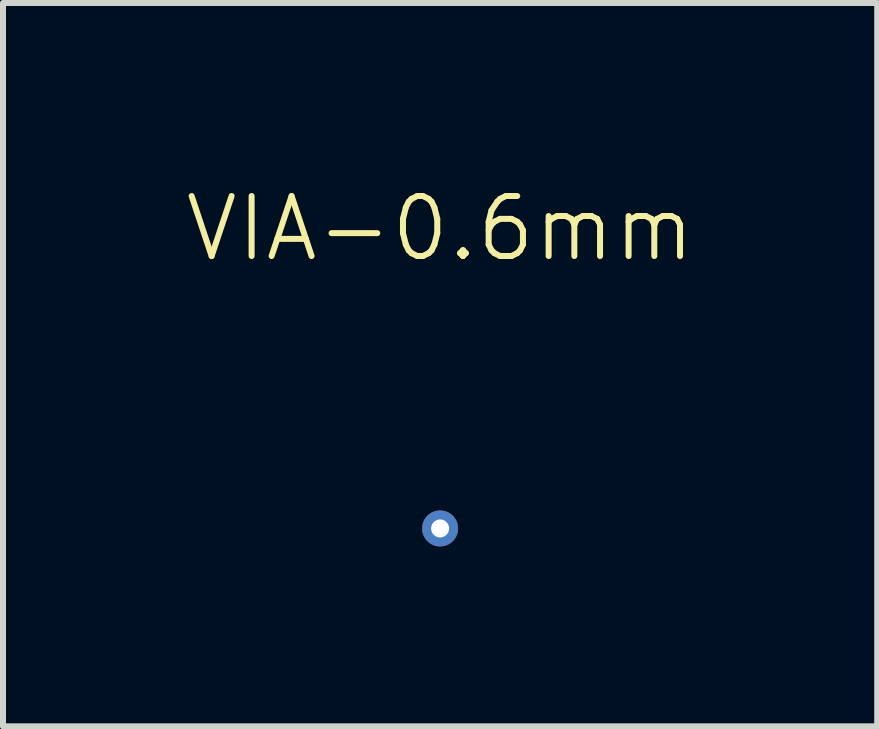
<source format=kicad_pcb>
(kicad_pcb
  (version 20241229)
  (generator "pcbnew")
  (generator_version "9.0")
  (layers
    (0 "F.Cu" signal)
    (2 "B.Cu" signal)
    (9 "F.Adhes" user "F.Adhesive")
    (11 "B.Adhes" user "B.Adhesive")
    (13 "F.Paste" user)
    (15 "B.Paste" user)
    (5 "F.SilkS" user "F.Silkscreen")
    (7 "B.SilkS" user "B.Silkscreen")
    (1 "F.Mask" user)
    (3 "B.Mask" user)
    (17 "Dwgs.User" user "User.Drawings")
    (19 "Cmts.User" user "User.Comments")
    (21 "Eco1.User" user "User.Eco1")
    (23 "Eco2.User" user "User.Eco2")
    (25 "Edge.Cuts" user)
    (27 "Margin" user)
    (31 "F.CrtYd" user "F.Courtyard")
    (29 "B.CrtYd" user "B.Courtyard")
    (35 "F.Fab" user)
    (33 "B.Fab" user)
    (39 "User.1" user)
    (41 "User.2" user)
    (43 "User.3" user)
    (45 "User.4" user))
  (footprint "VIA-0.6mm"
    (layer "F.Cu")
    (at 4.288 5.761)
    (property "Reference" "VIA-0.6mm" (at 0 -5 0) (unlocked yes) (layer "F.SilkS") (effects (font (size 1 1) (thickness 0.1))))
    (attr through_hole)
    (pad "1" thru_hole circle (at 0 0) (size 0.6 0.6) (drill 0.3) (layers "*.Cu")))
  (gr_rect
    (start -3 -3)
    (end 11.576 9.06)
    (stroke (width 0.1) (type default))
    (fill no)
    (layer "Edge.Cuts")))
</source>
